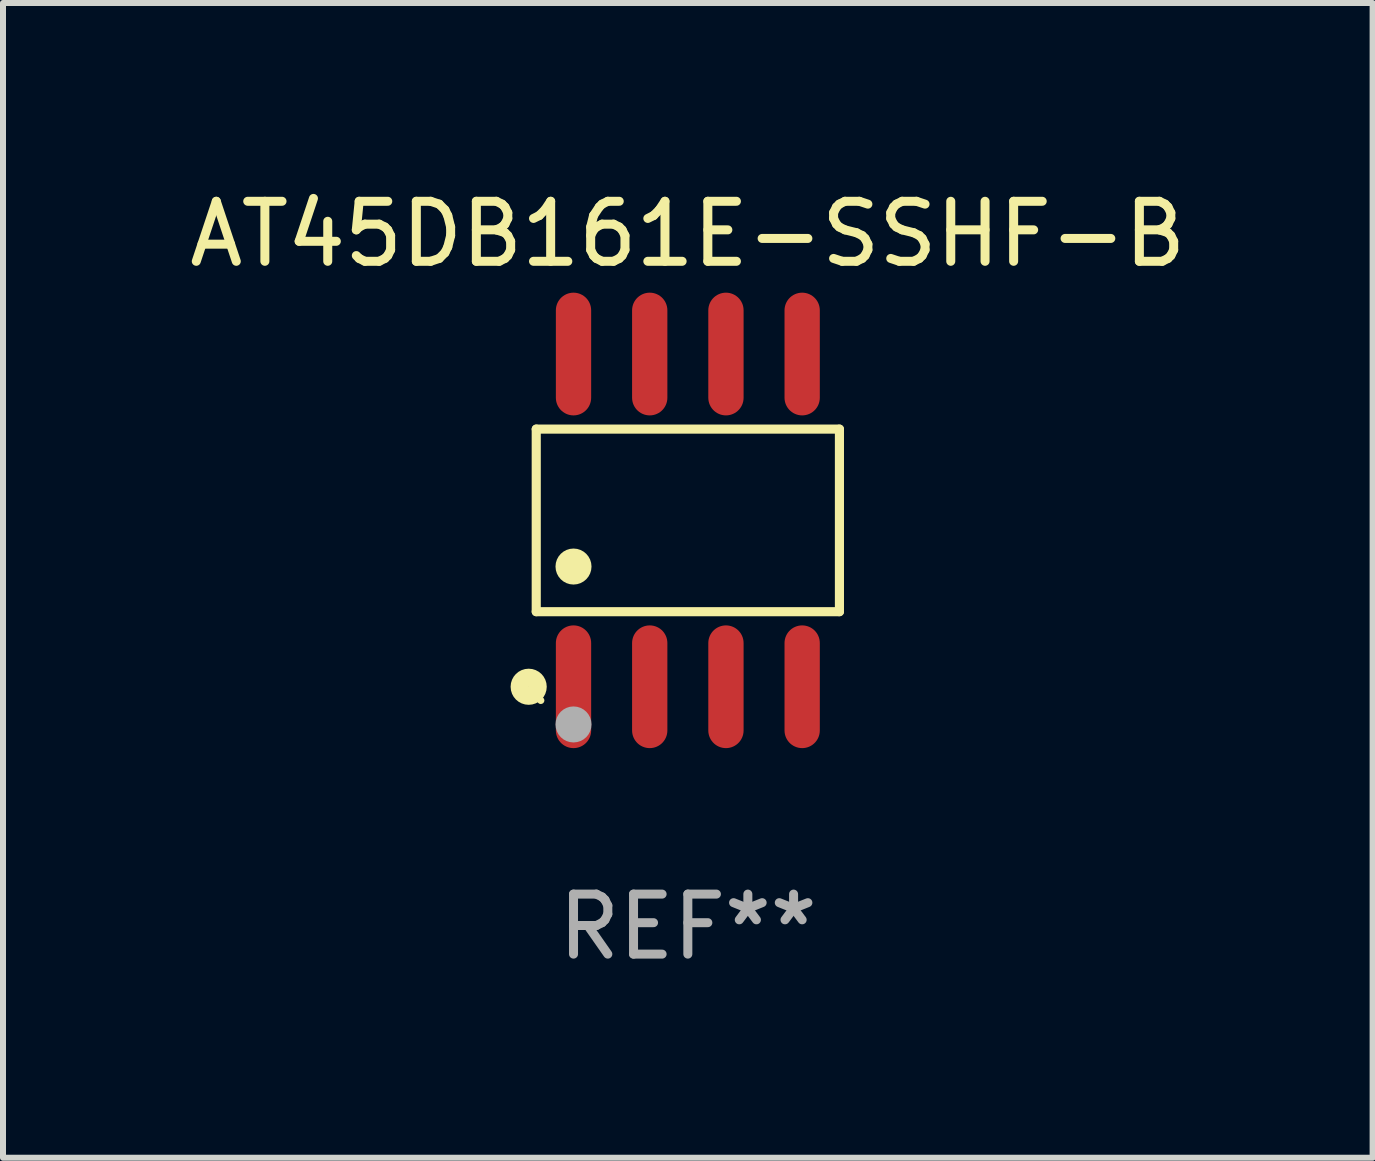
<source format=kicad_pcb>
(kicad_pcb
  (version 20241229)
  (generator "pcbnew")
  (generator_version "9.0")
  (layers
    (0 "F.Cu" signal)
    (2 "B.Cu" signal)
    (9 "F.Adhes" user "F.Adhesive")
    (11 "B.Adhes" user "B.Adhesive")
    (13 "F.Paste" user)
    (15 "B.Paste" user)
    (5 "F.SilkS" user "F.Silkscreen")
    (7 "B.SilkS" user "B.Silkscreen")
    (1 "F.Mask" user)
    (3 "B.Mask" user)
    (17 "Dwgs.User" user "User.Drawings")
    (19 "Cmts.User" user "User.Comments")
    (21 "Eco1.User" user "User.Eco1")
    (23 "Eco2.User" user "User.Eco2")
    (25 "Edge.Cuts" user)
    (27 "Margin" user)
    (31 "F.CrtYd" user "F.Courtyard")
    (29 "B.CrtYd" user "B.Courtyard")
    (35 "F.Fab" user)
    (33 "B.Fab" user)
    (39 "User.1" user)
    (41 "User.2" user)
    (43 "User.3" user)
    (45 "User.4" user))
  (footprint "AT45DB161E-SSHF-B"
    (layer "F.Cu")
    (at 8.411 5.621)
    (property "Reference" "AT45DB161E-SSHF-B" (at 0 -4.772 0) (layer "F.SilkS") (effects (font (size 1 1) (thickness 0.15))))
    (attr through_hole)
    (fp_line (start -2.526 -1.521) (end 2.526 -1.521) (stroke (width 0.152) (type solid)) (layer "F.SilkS"))
    (fp_line (start -2.526 1.521) (end -2.526 -1.521) (stroke (width 0.152) (type solid)) (layer "F.SilkS"))
    (fp_line (start 2.526 -1.521) (end 2.526 1.521) (stroke (width 0.152) (type solid)) (layer "F.SilkS"))
    (fp_line (start 2.526 1.521) (end -2.526 1.521) (stroke (width 0.152) (type solid)) (layer "F.SilkS"))
    (fp_circle (center -2.652 2.772) (end -2.501 2.772) (stroke (width 0.3) (type solid)) (fill no) (layer "F.SilkS"))
    (fp_circle (center -2.45 3) (end -2.42 3) (stroke (width 0.06) (type solid)) (fill no) (layer "F.SilkS"))
    (fp_circle (center -1.905 0.769) (end -1.755 0.769) (stroke (width 0.3) (type solid)) (fill no) (layer "F.SilkS"))
    (fp_circle (center -1.905 3.4) (end -1.755 3.4) (stroke (width 0.3) (type solid)) (fill no) (layer "F.Fab"))
    (fp_text user "REF**" (at 0 6.772 0) (layer "F.Fab") (effects (font (size 1 1) (thickness 0.15))))
    (pad "1" smd oval (at -1.905 2.772) (size 0.588 2.045) (layers "F.Cu" "F.Mask" "F.Paste"))
    (pad "2" smd oval (at -0.635 2.772) (size 0.588 2.045) (layers "F.Cu" "F.Mask" "F.Paste"))
    (pad "3" smd oval (at 0.635 2.772) (size 0.588 2.045) (layers "F.Cu" "F.Mask" "F.Paste"))
    (pad "4" smd oval (at 1.905 2.772) (size 0.588 2.045) (layers "F.Cu" "F.Mask" "F.Paste"))
    (pad "5" smd oval (at 1.905 -2.772) (size 0.588 2.045) (layers "F.Cu" "F.Mask" "F.Paste"))
    (pad "6" smd oval (at 0.635 -2.772) (size 0.588 2.045) (layers "F.Cu" "F.Mask" "F.Paste"))
    (pad "7" smd oval (at -0.635 -2.772) (size 0.588 2.045) (layers "F.Cu" "F.Mask" "F.Paste"))
    (pad "8" smd oval (at -1.905 -2.772) (size 0.588 2.045) (layers "F.Cu" "F.Mask" "F.Paste")))
  (gr_rect
    (start -3 -3)
    (end 19.821 16.241)
    (stroke (width 0.1) (type default))
    (fill no)
    (layer "Edge.Cuts")))
</source>
